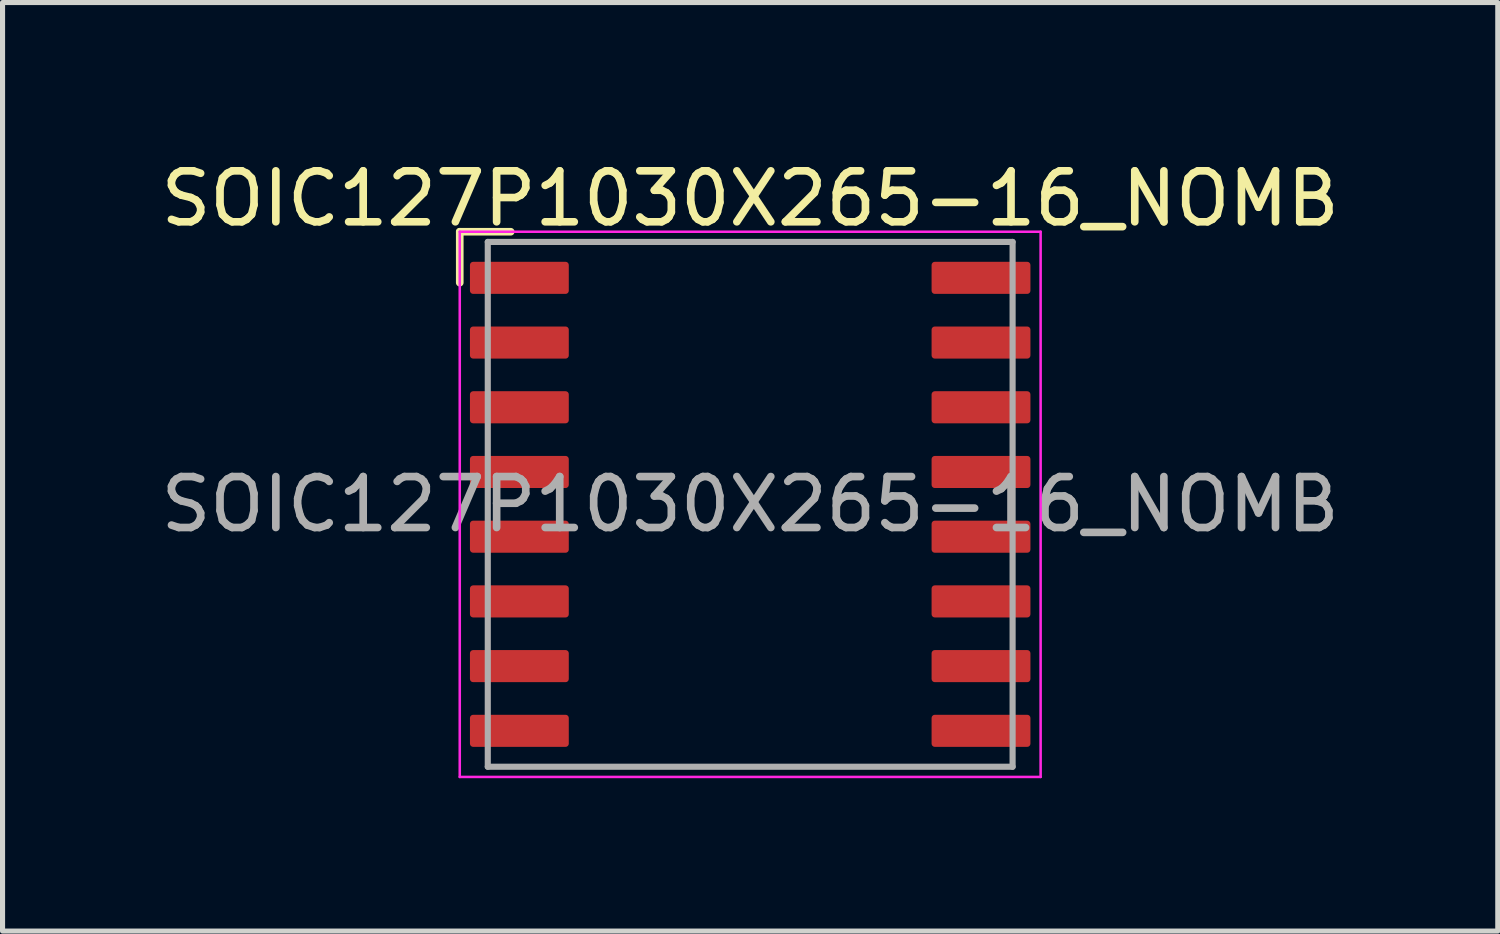
<source format=kicad_pcb>
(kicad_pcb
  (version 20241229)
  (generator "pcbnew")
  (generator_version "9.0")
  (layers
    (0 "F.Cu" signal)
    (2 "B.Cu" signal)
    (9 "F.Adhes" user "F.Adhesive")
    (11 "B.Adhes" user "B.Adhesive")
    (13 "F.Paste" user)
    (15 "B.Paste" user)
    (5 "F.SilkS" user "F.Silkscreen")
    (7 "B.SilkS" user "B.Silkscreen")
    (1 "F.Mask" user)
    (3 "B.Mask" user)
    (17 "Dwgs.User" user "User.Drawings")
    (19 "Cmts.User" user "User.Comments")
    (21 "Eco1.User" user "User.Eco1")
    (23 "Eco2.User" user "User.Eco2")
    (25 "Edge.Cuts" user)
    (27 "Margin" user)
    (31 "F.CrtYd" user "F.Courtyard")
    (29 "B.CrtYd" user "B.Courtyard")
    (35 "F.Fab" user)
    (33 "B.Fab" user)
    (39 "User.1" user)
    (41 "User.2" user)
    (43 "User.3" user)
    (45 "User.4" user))
  (footprint "SOIC127P1030X265-16_NOMB"
    (layer "F.Cu")
    (at 11.673 6.848)
    (property "Reference" "SOIC127P1030X265-16_NOMB" (at 0 -6 0) (unlocked yes) (layer "F.SilkS") (effects (font (size 1 1) (thickness 0.15))))
    (attr smd)
    (fp_line (start -5.7 -5.35) (end -5.7 -4.35) (stroke (width 0.15) (type solid)) (layer "F.SilkS"))
    (fp_line (start -5.7 -5.35) (end -4.7 -5.35) (stroke (width 0.15) (type solid)) (layer "F.SilkS"))
    (fp_line (start -5.7 -5.35) (end -5.7 5.35) (stroke (width 0.05) (type solid)) (layer "F.CrtYd"))
    (fp_line (start -5.7 5.35) (end 5.7 5.35) (stroke (width 0.05) (type solid)) (layer "F.CrtYd"))
    (fp_line (start 5.7 -5.35) (end -5.7 -5.35) (stroke (width 0.05) (type solid)) (layer "F.CrtYd"))
    (fp_line (start 5.7 5.35) (end 5.7 -5.35) (stroke (width 0.05) (type solid)) (layer "F.CrtYd"))
    (fp_line (start -5.15 -5.15) (end 5.15 -5.15) (stroke (width 0.12) (type solid)) (layer "F.Fab"))
    (fp_line (start -5.15 5.15) (end -5.15 -5.15) (stroke (width 0.12) (type solid)) (layer "F.Fab"))
    (fp_line (start 5.15 -5.15) (end 5.15 5.15) (stroke (width 0.12) (type solid)) (layer "F.Fab"))
    (fp_line (start 5.15 5.15) (end -5.15 5.15) (stroke (width 0.12) (type solid)) (layer "F.Fab"))
    (fp_text user "${REFERENCE}" (at 0 0 0) (unlocked yes) (layer "F.Fab") (effects (font (size 1 1) (thickness 0.15))))
    (pad "1" smd roundrect (at -4.53 -4.445) (size 1.94 0.63) (layers "F.Cu" "F.Mask" "F.Paste") (roundrect_rratio 0.1))
    (pad "2" smd roundrect (at -4.53 -3.175) (size 1.94 0.63) (layers "F.Cu" "F.Mask" "F.Paste") (roundrect_rratio 0.1))
    (pad "3" smd roundrect (at -4.53 -1.905) (size 1.94 0.63) (layers "F.Cu" "F.Mask" "F.Paste") (roundrect_rratio 0.1))
    (pad "4" smd roundrect (at -4.53 -0.635) (size 1.94 0.63) (layers "F.Cu" "F.Mask" "F.Paste") (roundrect_rratio 0.1))
    (pad "5" smd roundrect (at -4.53 0.635) (size 1.94 0.63) (layers "F.Cu" "F.Mask" "F.Paste") (roundrect_rratio 0.1))
    (pad "6" smd roundrect (at -4.53 1.905) (size 1.94 0.63) (layers "F.Cu" "F.Mask" "F.Paste") (roundrect_rratio 0.1))
    (pad "7" smd roundrect (at -4.53 3.175) (size 1.94 0.63) (layers "F.Cu" "F.Mask" "F.Paste") (roundrect_rratio 0.1))
    (pad "8" smd roundrect (at -4.53 4.445) (size 1.94 0.63) (layers "F.Cu" "F.Mask" "F.Paste") (roundrect_rratio 0.1))
    (pad "9" smd roundrect (at 4.53 4.445) (size 1.94 0.63) (layers "F.Cu" "F.Mask" "F.Paste") (roundrect_rratio 0.1))
    (pad "10" smd roundrect (at 4.53 3.175) (size 1.94 0.63) (layers "F.Cu" "F.Mask" "F.Paste") (roundrect_rratio 0.1))
    (pad "11" smd roundrect (at 4.53 1.905) (size 1.94 0.63) (layers "F.Cu" "F.Mask" "F.Paste") (roundrect_rratio 0.1))
    (pad "12" smd roundrect (at 4.53 0.635) (size 1.94 0.63) (layers "F.Cu" "F.Mask" "F.Paste") (roundrect_rratio 0.1))
    (pad "13" smd roundrect (at 4.53 -0.635) (size 1.94 0.63) (layers "F.Cu" "F.Mask" "F.Paste") (roundrect_rratio 0.1))
    (pad "14" smd roundrect (at 4.53 -1.905) (size 1.94 0.63) (layers "F.Cu" "F.Mask" "F.Paste") (roundrect_rratio 0.1))
    (pad "15" smd roundrect (at 4.53 -3.175) (size 1.94 0.63) (layers "F.Cu" "F.Mask" "F.Paste") (roundrect_rratio 0.1))
    (pad "16" smd roundrect (at 4.53 -4.445) (size 1.94 0.63) (layers "F.Cu" "F.Mask" "F.Paste") (roundrect_rratio 0.1)))
  (gr_rect
    (start -3 -3)
    (end 26.345 15.223)
    (stroke (width 0.1) (type default))
    (fill no)
    (layer "Edge.Cuts")))
</source>
